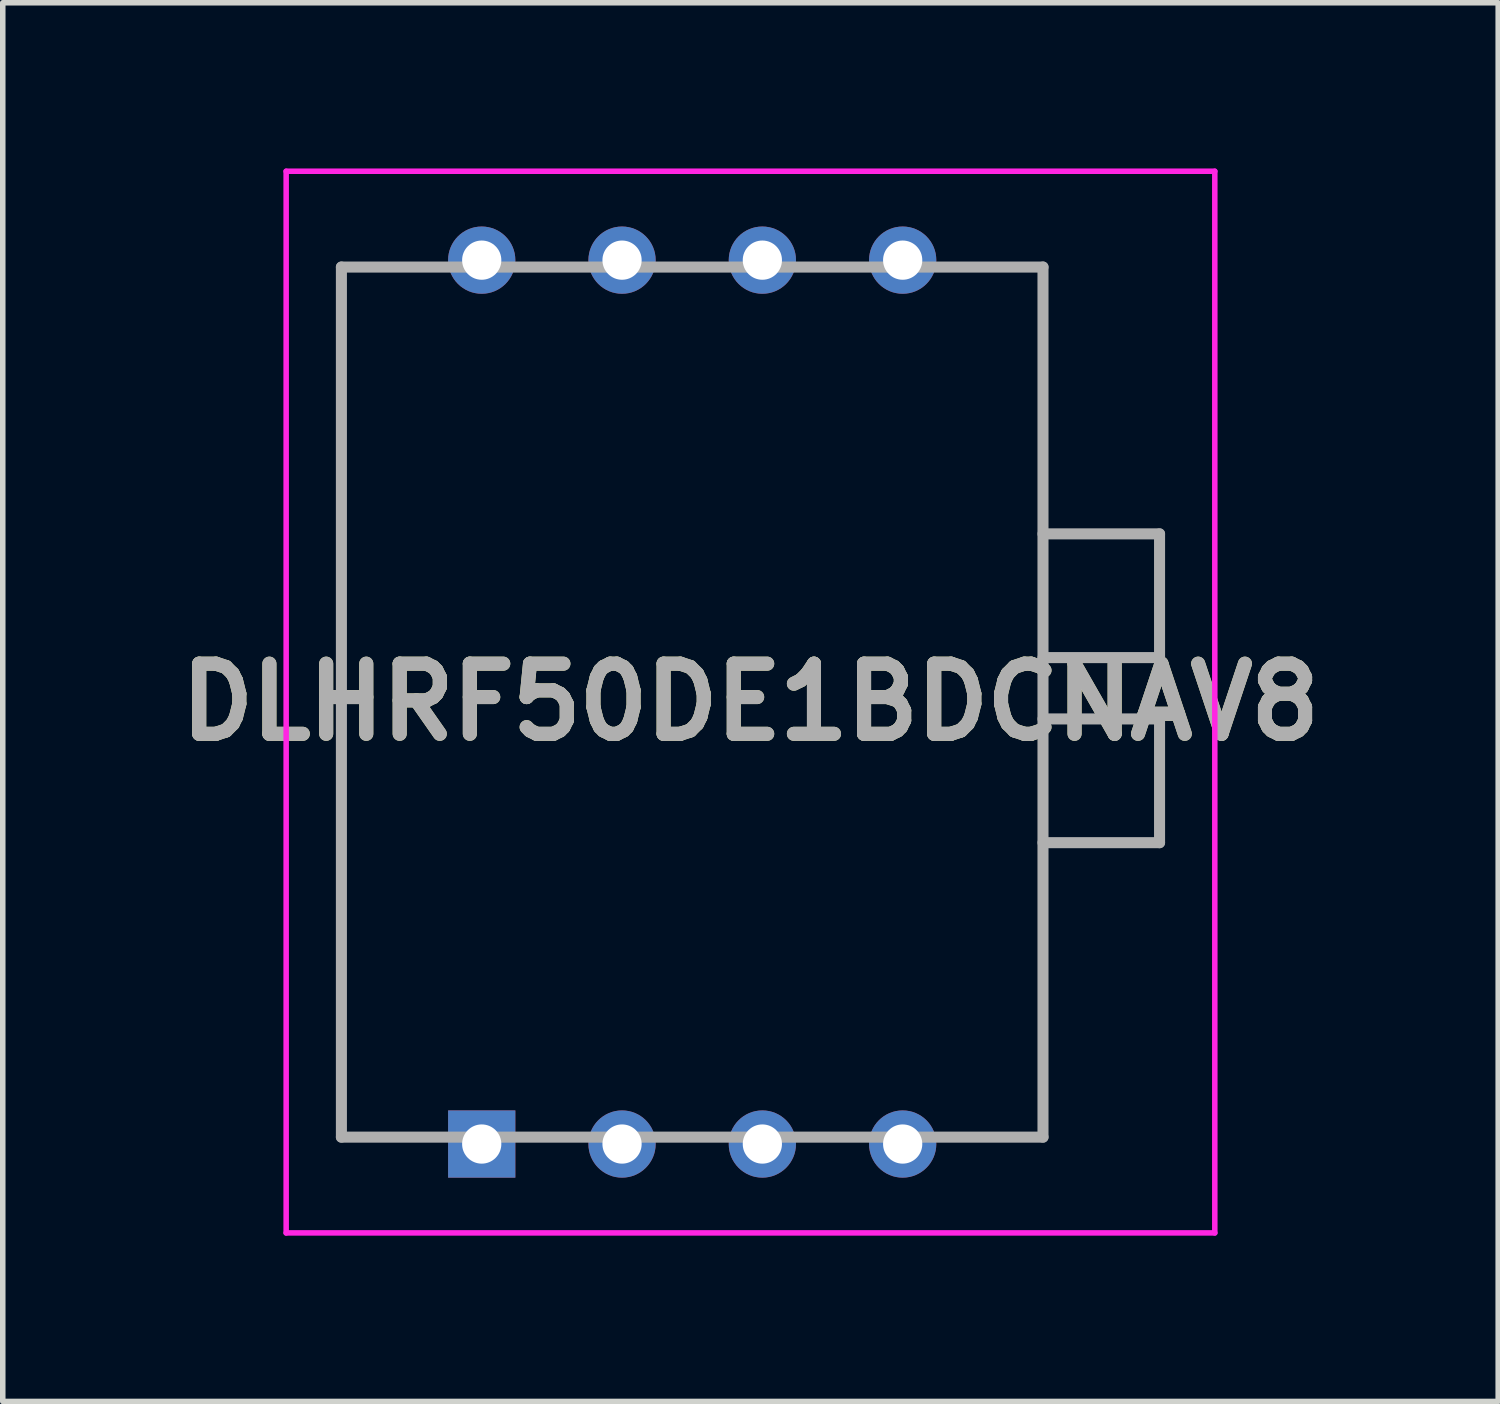
<source format=kicad_pcb>
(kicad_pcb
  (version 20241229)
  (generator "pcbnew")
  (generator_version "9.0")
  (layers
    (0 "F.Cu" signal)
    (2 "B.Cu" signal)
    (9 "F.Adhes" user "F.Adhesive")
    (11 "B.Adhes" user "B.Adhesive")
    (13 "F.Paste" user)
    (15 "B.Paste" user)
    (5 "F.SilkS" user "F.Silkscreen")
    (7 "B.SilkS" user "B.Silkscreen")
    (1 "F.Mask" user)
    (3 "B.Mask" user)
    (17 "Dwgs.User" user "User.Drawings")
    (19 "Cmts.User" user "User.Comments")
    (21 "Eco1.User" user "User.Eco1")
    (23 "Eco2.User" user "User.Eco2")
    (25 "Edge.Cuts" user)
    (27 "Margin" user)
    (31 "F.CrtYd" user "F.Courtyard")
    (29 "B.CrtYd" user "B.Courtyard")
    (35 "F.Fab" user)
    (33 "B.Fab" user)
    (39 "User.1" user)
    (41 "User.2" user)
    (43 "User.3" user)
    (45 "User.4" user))
  (footprint "DLHRF50DE1BDCNAV8"
    (layer "F.Cu")
    (at 5.67 17.659)
    (property "Reference" "DLHRF50DE1BDCNAV8" (at 4.865 -8 0) (layer "F.SilkS") (effects (font (size 1.27 1.27) (thickness 0.254))))
    (attr through_hole)
    (fp_line (start -2.54 -15.875) (end -2.54 -0.125) (stroke (width 0.1) (type solid)) (layer "F.SilkS"))
    (fp_line (start -2.54 -0.125) (end -1.19 -0.125) (stroke (width 0.1) (type solid)) (layer "F.SilkS"))
    (fp_line (start -1.19 -15.875) (end -2.54 -15.875) (stroke (width 0.1) (type solid)) (layer "F.SilkS"))
    (fp_line (start 8.81 -0.125) (end 10.16 -0.125) (stroke (width 0.1) (type solid)) (layer "F.SilkS"))
    (fp_line (start 10.16 -15.875) (end 8.81 -15.875) (stroke (width 0.1) (type solid)) (layer "F.SilkS"))
    (fp_line (start 10.16 -0.125) (end 10.16 -15.875) (stroke (width 0.1) (type solid)) (layer "F.SilkS"))
    (fp_line (start -3.54 -17.609) (end 13.27 -17.609) (stroke (width 0.1) (type solid)) (layer "F.CrtYd"))
    (fp_line (start -3.54 1.609) (end -3.54 -17.609) (stroke (width 0.1) (type solid)) (layer "F.CrtYd"))
    (fp_line (start 13.27 -17.609) (end 13.27 1.609) (stroke (width 0.1) (type solid)) (layer "F.CrtYd"))
    (fp_line (start 13.27 1.609) (end -3.54 1.609) (stroke (width 0.1) (type solid)) (layer "F.CrtYd"))
    (fp_line (start -2.54 -15.875) (end 10.16 -15.875) (stroke (width 0.2) (type solid)) (layer "F.Fab"))
    (fp_line (start -2.54 -0.125) (end -2.54 -15.875) (stroke (width 0.2) (type solid)) (layer "F.Fab"))
    (fp_line (start 10.16 -15.875) (end 10.16 -0.125) (stroke (width 0.2) (type solid)) (layer "F.Fab"))
    (fp_line (start 10.16 -11.045) (end 12.27 -11.045) (stroke (width 0.2) (type solid)) (layer "F.Fab"))
    (fp_line (start 10.16 -7.695) (end 12.27 -7.695) (stroke (width 0.2) (type solid)) (layer "F.Fab"))
    (fp_line (start 10.16 -0.125) (end -2.54 -0.125) (stroke (width 0.2) (type solid)) (layer "F.Fab"))
    (fp_line (start 12.27 -11.045) (end 12.27 -8.805) (stroke (width 0.2) (type solid)) (layer "F.Fab"))
    (fp_line (start 12.27 -8.805) (end 10.16 -8.805) (stroke (width 0.2) (type solid)) (layer "F.Fab"))
    (fp_line (start 12.27 -7.695) (end 12.27 -5.455) (stroke (width 0.2) (type solid)) (layer "F.Fab"))
    (fp_line (start 12.27 -5.455) (end 10.16 -5.455) (stroke (width 0.2) (type solid)) (layer "F.Fab"))
    (fp_text user "${REFERENCE}" (at 4.865 -8 0) (layer "F.Fab") (effects (font (size 1.27 1.27) (thickness 0.254))))
    (pad "1" thru_hole rect (at 0 0) (size 1.217 1.217) (drill 0.71) (layers "*.Cu" "*.Mask"))
    (pad "2" thru_hole circle (at 2.54 0) (size 1.217 1.217) (drill 0.71) (layers "*.Cu" "*.Mask"))
    (pad "3" thru_hole circle (at 5.08 0) (size 1.217 1.217) (drill 0.71) (layers "*.Cu" "*.Mask"))
    (pad "4" thru_hole circle (at 7.62 0) (size 1.217 1.217) (drill 0.71) (layers "*.Cu" "*.Mask"))
    (pad "5" thru_hole circle (at 7.62 -16) (size 1.217 1.217) (drill 0.71) (layers "*.Cu" "*.Mask"))
    (pad "6" thru_hole circle (at 5.08 -16) (size 1.217 1.217) (drill 0.71) (layers "*.Cu" "*.Mask"))
    (pad "7" thru_hole circle (at 2.54 -16) (size 1.217 1.217) (drill 0.71) (layers "*.Cu" "*.Mask"))
    (pad "8" thru_hole circle (at 0 -16) (size 1.217 1.217) (drill 0.71) (layers "*.Cu" "*.Mask")))
  (gr_rect
    (start -3 -3)
    (end 24.07 22.318)
    (stroke (width 0.1) (type default))
    (fill no)
    (layer "Edge.Cuts")))
</source>
